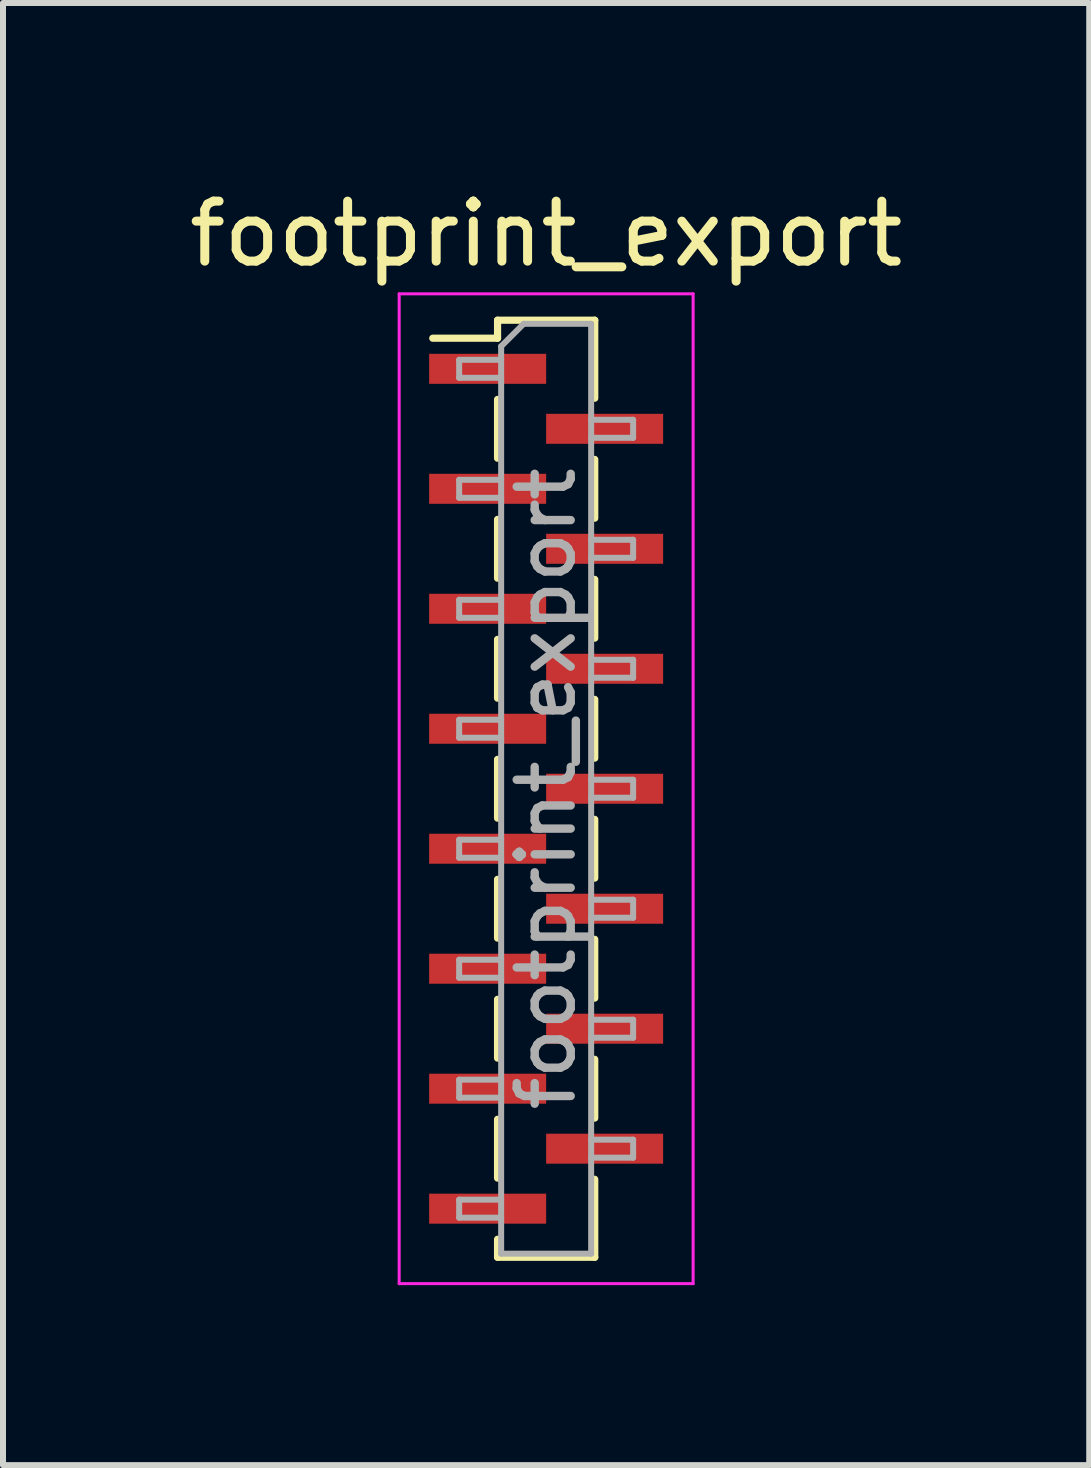
<source format=kicad_pcb>
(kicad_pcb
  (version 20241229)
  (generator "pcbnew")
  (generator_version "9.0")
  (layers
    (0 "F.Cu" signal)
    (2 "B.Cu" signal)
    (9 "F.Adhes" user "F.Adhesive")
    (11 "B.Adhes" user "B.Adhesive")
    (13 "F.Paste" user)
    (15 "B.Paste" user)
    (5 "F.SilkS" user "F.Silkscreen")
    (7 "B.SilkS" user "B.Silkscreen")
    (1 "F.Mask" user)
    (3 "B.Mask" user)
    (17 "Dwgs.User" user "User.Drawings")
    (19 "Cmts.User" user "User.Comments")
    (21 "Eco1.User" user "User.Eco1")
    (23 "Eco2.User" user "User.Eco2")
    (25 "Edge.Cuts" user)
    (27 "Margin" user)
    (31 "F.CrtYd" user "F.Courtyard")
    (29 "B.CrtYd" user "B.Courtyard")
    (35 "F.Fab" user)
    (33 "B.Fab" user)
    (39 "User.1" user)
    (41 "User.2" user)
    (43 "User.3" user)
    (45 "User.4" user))
  (footprint "footprint_export"
    (layer "F.Cu")
    (at 6.054 10.098)
    (property "Reference" "footprint_export" (at 0 -9.25 0) (layer "F.SilkS") (effects (font (size 1 1) (thickness 0.15))))
    (attr smd)
    (fp_line (start -1.89 -7.51) (end -0.81 -7.51) (stroke (width 0.12) (type solid)) (layer "F.SilkS"))
    (fp_line (start -0.81 -7.81) (end -0.81 -7.51) (stroke (width 0.12) (type solid)) (layer "F.SilkS"))
    (fp_line (start -0.81 -7.81) (end 0.81 -7.81) (stroke (width 0.12) (type solid)) (layer "F.SilkS"))
    (fp_line (start -0.81 -6.49) (end -0.81 -5.51) (stroke (width 0.12) (type solid)) (layer "F.SilkS"))
    (fp_line (start -0.81 -4.49) (end -0.81 -3.51) (stroke (width 0.12) (type solid)) (layer "F.SilkS"))
    (fp_line (start -0.81 -2.49) (end -0.81 -1.51) (stroke (width 0.12) (type solid)) (layer "F.SilkS"))
    (fp_line (start -0.81 -0.49) (end -0.81 0.49) (stroke (width 0.12) (type solid)) (layer "F.SilkS"))
    (fp_line (start -0.81 1.51) (end -0.81 2.49) (stroke (width 0.12) (type solid)) (layer "F.SilkS"))
    (fp_line (start -0.81 3.51) (end -0.81 4.49) (stroke (width 0.12) (type solid)) (layer "F.SilkS"))
    (fp_line (start -0.81 5.51) (end -0.81 6.49) (stroke (width 0.12) (type solid)) (layer "F.SilkS"))
    (fp_line (start -0.81 7.51) (end -0.81 7.81) (stroke (width 0.12) (type solid)) (layer "F.SilkS"))
    (fp_line (start -0.81 7.81) (end 0.81 7.81) (stroke (width 0.12) (type solid)) (layer "F.SilkS"))
    (fp_line (start 0.81 -7.81) (end 0.81 -6.51) (stroke (width 0.12) (type solid)) (layer "F.SilkS"))
    (fp_line (start 0.81 -5.49) (end 0.81 -4.51) (stroke (width 0.12) (type solid)) (layer "F.SilkS"))
    (fp_line (start 0.81 -3.49) (end 0.81 -2.51) (stroke (width 0.12) (type solid)) (layer "F.SilkS"))
    (fp_line (start 0.81 -1.49) (end 0.81 -0.51) (stroke (width 0.12) (type solid)) (layer "F.SilkS"))
    (fp_line (start 0.81 0.51) (end 0.81 1.49) (stroke (width 0.12) (type solid)) (layer "F.SilkS"))
    (fp_line (start 0.81 2.51) (end 0.81 3.49) (stroke (width 0.12) (type solid)) (layer "F.SilkS"))
    (fp_line (start 0.81 4.51) (end 0.81 5.49) (stroke (width 0.12) (type solid)) (layer "F.SilkS"))
    (fp_line (start 0.81 6.51) (end 0.81 7.81) (stroke (width 0.12) (type solid)) (layer "F.SilkS"))
    (fp_line (start -2.45 -8.25) (end 2.45 -8.25) (stroke (width 0.05) (type solid)) (layer "F.CrtYd"))
    (fp_line (start -2.45 8.25) (end -2.45 -8.25) (stroke (width 0.05) (type solid)) (layer "F.CrtYd"))
    (fp_line (start 2.45 -8.25) (end 2.45 8.25) (stroke (width 0.05) (type solid)) (layer "F.CrtYd"))
    (fp_line (start 2.45 8.25) (end -2.45 8.25) (stroke (width 0.05) (type solid)) (layer "F.CrtYd"))
    (fp_line (start -1.45 -7.15) (end -0.75 -7.15) (stroke (width 0.1) (type solid)) (layer "F.Fab"))
    (fp_line (start -1.45 -6.85) (end -1.45 -7.15) (stroke (width 0.1) (type solid)) (layer "F.Fab"))
    (fp_line (start -1.45 -5.15) (end -0.75 -5.15) (stroke (width 0.1) (type solid)) (layer "F.Fab"))
    (fp_line (start -1.45 -4.85) (end -1.45 -5.15) (stroke (width 0.1) (type solid)) (layer "F.Fab"))
    (fp_line (start -1.45 -3.15) (end -0.75 -3.15) (stroke (width 0.1) (type solid)) (layer "F.Fab"))
    (fp_line (start -1.45 -2.85) (end -1.45 -3.15) (stroke (width 0.1) (type solid)) (layer "F.Fab"))
    (fp_line (start -1.45 -1.15) (end -0.75 -1.15) (stroke (width 0.1) (type solid)) (layer "F.Fab"))
    (fp_line (start -1.45 -0.85) (end -1.45 -1.15) (stroke (width 0.1) (type solid)) (layer "F.Fab"))
    (fp_line (start -1.45 0.85) (end -0.75 0.85) (stroke (width 0.1) (type solid)) (layer "F.Fab"))
    (fp_line (start -1.45 1.15) (end -1.45 0.85) (stroke (width 0.1) (type solid)) (layer "F.Fab"))
    (fp_line (start -1.45 2.85) (end -0.75 2.85) (stroke (width 0.1) (type solid)) (layer "F.Fab"))
    (fp_line (start -1.45 3.15) (end -1.45 2.85) (stroke (width 0.1) (type solid)) (layer "F.Fab"))
    (fp_line (start -1.45 4.85) (end -0.75 4.85) (stroke (width 0.1) (type solid)) (layer "F.Fab"))
    (fp_line (start -1.45 5.15) (end -1.45 4.85) (stroke (width 0.1) (type solid)) (layer "F.Fab"))
    (fp_line (start -1.45 6.85) (end -0.75 6.85) (stroke (width 0.1) (type solid)) (layer "F.Fab"))
    (fp_line (start -1.45 7.15) (end -1.45 6.85) (stroke (width 0.1) (type solid)) (layer "F.Fab"))
    (fp_line (start -0.75 -7.375) (end -0.375 -7.75) (stroke (width 0.1) (type solid)) (layer "F.Fab"))
    (fp_line (start -0.75 -6.85) (end -1.45 -6.85) (stroke (width 0.1) (type solid)) (layer "F.Fab"))
    (fp_line (start -0.75 -4.85) (end -1.45 -4.85) (stroke (width 0.1) (type solid)) (layer "F.Fab"))
    (fp_line (start -0.75 -2.85) (end -1.45 -2.85) (stroke (width 0.1) (type solid)) (layer "F.Fab"))
    (fp_line (start -0.75 -0.85) (end -1.45 -0.85) (stroke (width 0.1) (type solid)) (layer "F.Fab"))
    (fp_line (start -0.75 1.15) (end -1.45 1.15) (stroke (width 0.1) (type solid)) (layer "F.Fab"))
    (fp_line (start -0.75 3.15) (end -1.45 3.15) (stroke (width 0.1) (type solid)) (layer "F.Fab"))
    (fp_line (start -0.75 5.15) (end -1.45 5.15) (stroke (width 0.1) (type solid)) (layer "F.Fab"))
    (fp_line (start -0.75 7.15) (end -1.45 7.15) (stroke (width 0.1) (type solid)) (layer "F.Fab"))
    (fp_line (start -0.75 7.75) (end -0.75 -7.375) (stroke (width 0.1) (type solid)) (layer "F.Fab"))
    (fp_line (start -0.375 -7.75) (end 0.75 -7.75) (stroke (width 0.1) (type solid)) (layer "F.Fab"))
    (fp_line (start 0.75 -7.75) (end 0.75 7.75) (stroke (width 0.1) (type solid)) (layer "F.Fab"))
    (fp_line (start 0.75 -6.15) (end 1.45 -6.15) (stroke (width 0.1) (type solid)) (layer "F.Fab"))
    (fp_line (start 0.75 -4.15) (end 1.45 -4.15) (stroke (width 0.1) (type solid)) (layer "F.Fab"))
    (fp_line (start 0.75 -2.15) (end 1.45 -2.15) (stroke (width 0.1) (type solid)) (layer "F.Fab"))
    (fp_line (start 0.75 -0.15) (end 1.45 -0.15) (stroke (width 0.1) (type solid)) (layer "F.Fab"))
    (fp_line (start 0.75 1.85) (end 1.45 1.85) (stroke (width 0.1) (type solid)) (layer "F.Fab"))
    (fp_line (start 0.75 3.85) (end 1.45 3.85) (stroke (width 0.1) (type solid)) (layer "F.Fab"))
    (fp_line (start 0.75 5.85) (end 1.45 5.85) (stroke (width 0.1) (type solid)) (layer "F.Fab"))
    (fp_line (start 0.75 7.75) (end -0.75 7.75) (stroke (width 0.1) (type solid)) (layer "F.Fab"))
    (fp_line (start 1.45 -6.15) (end 1.45 -5.85) (stroke (width 0.1) (type solid)) (layer "F.Fab"))
    (fp_line (start 1.45 -5.85) (end 0.75 -5.85) (stroke (width 0.1) (type solid)) (layer "F.Fab"))
    (fp_line (start 1.45 -4.15) (end 1.45 -3.85) (stroke (width 0.1) (type solid)) (layer "F.Fab"))
    (fp_line (start 1.45 -3.85) (end 0.75 -3.85) (stroke (width 0.1) (type solid)) (layer "F.Fab"))
    (fp_line (start 1.45 -2.15) (end 1.45 -1.85) (stroke (width 0.1) (type solid)) (layer "F.Fab"))
    (fp_line (start 1.45 -1.85) (end 0.75 -1.85) (stroke (width 0.1) (type solid)) (layer "F.Fab"))
    (fp_line (start 1.45 -0.15) (end 1.45 0.15) (stroke (width 0.1) (type solid)) (layer "F.Fab"))
    (fp_line (start 1.45 0.15) (end 0.75 0.15) (stroke (width 0.1) (type solid)) (layer "F.Fab"))
    (fp_line (start 1.45 1.85) (end 1.45 2.15) (stroke (width 0.1) (type solid)) (layer "F.Fab"))
    (fp_line (start 1.45 2.15) (end 0.75 2.15) (stroke (width 0.1) (type solid)) (layer "F.Fab"))
    (fp_line (start 1.45 3.85) (end 1.45 4.15) (stroke (width 0.1) (type solid)) (layer "F.Fab"))
    (fp_line (start 1.45 4.15) (end 0.75 4.15) (stroke (width 0.1) (type solid)) (layer "F.Fab"))
    (fp_line (start 1.45 5.85) (end 1.45 6.15) (stroke (width 0.1) (type solid)) (layer "F.Fab"))
    (fp_line (start 1.45 6.15) (end 0.75 6.15) (stroke (width 0.1) (type solid)) (layer "F.Fab"))
    (fp_text user "${REFERENCE}" (at 0 0 90) (layer "F.Fab") (effects (font (size 0.9 0.9) (thickness 0.14))))
    (pad "1" smd rect (at -0.975 -7) (size 1.95 0.5) (layers "F.Cu" "F.Mask" "F.Paste"))
    (pad "2" smd rect (at 0.975 -6) (size 1.95 0.5) (layers "F.Cu" "F.Mask" "F.Paste"))
    (pad "3" smd rect (at -0.975 -5) (size 1.95 0.5) (layers "F.Cu" "F.Mask" "F.Paste"))
    (pad "4" smd rect (at 0.975 -4) (size 1.95 0.5) (layers "F.Cu" "F.Mask" "F.Paste"))
    (pad "5" smd rect (at -0.975 -3) (size 1.95 0.5) (layers "F.Cu" "F.Mask" "F.Paste"))
    (pad "6" smd rect (at 0.975 -2) (size 1.95 0.5) (layers "F.Cu" "F.Mask" "F.Paste"))
    (pad "7" smd rect (at -0.975 -1) (size 1.95 0.5) (layers "F.Cu" "F.Mask" "F.Paste"))
    (pad "8" smd rect (at 0.975 0) (size 1.95 0.5) (layers "F.Cu" "F.Mask" "F.Paste"))
    (pad "9" smd rect (at -0.975 1) (size 1.95 0.5) (layers "F.Cu" "F.Mask" "F.Paste"))
    (pad "10" smd rect (at 0.975 2) (size 1.95 0.5) (layers "F.Cu" "F.Mask" "F.Paste"))
    (pad "11" smd rect (at -0.975 3) (size 1.95 0.5) (layers "F.Cu" "F.Mask" "F.Paste"))
    (pad "12" smd rect (at 0.975 4) (size 1.95 0.5) (layers "F.Cu" "F.Mask" "F.Paste"))
    (pad "13" smd rect (at -0.975 5) (size 1.95 0.5) (layers "F.Cu" "F.Mask" "F.Paste"))
    (pad "14" smd rect (at 0.975 6) (size 1.95 0.5) (layers "F.Cu" "F.Mask" "F.Paste"))
    (pad "15" smd rect (at -0.975 7) (size 1.95 0.5) (layers "F.Cu" "F.Mask" "F.Paste")))
  (gr_rect
    (start -3 -3)
    (end 15.107 21.373)
    (stroke (width 0.1) (type default))
    (fill no)
    (layer "Edge.Cuts")))
</source>
